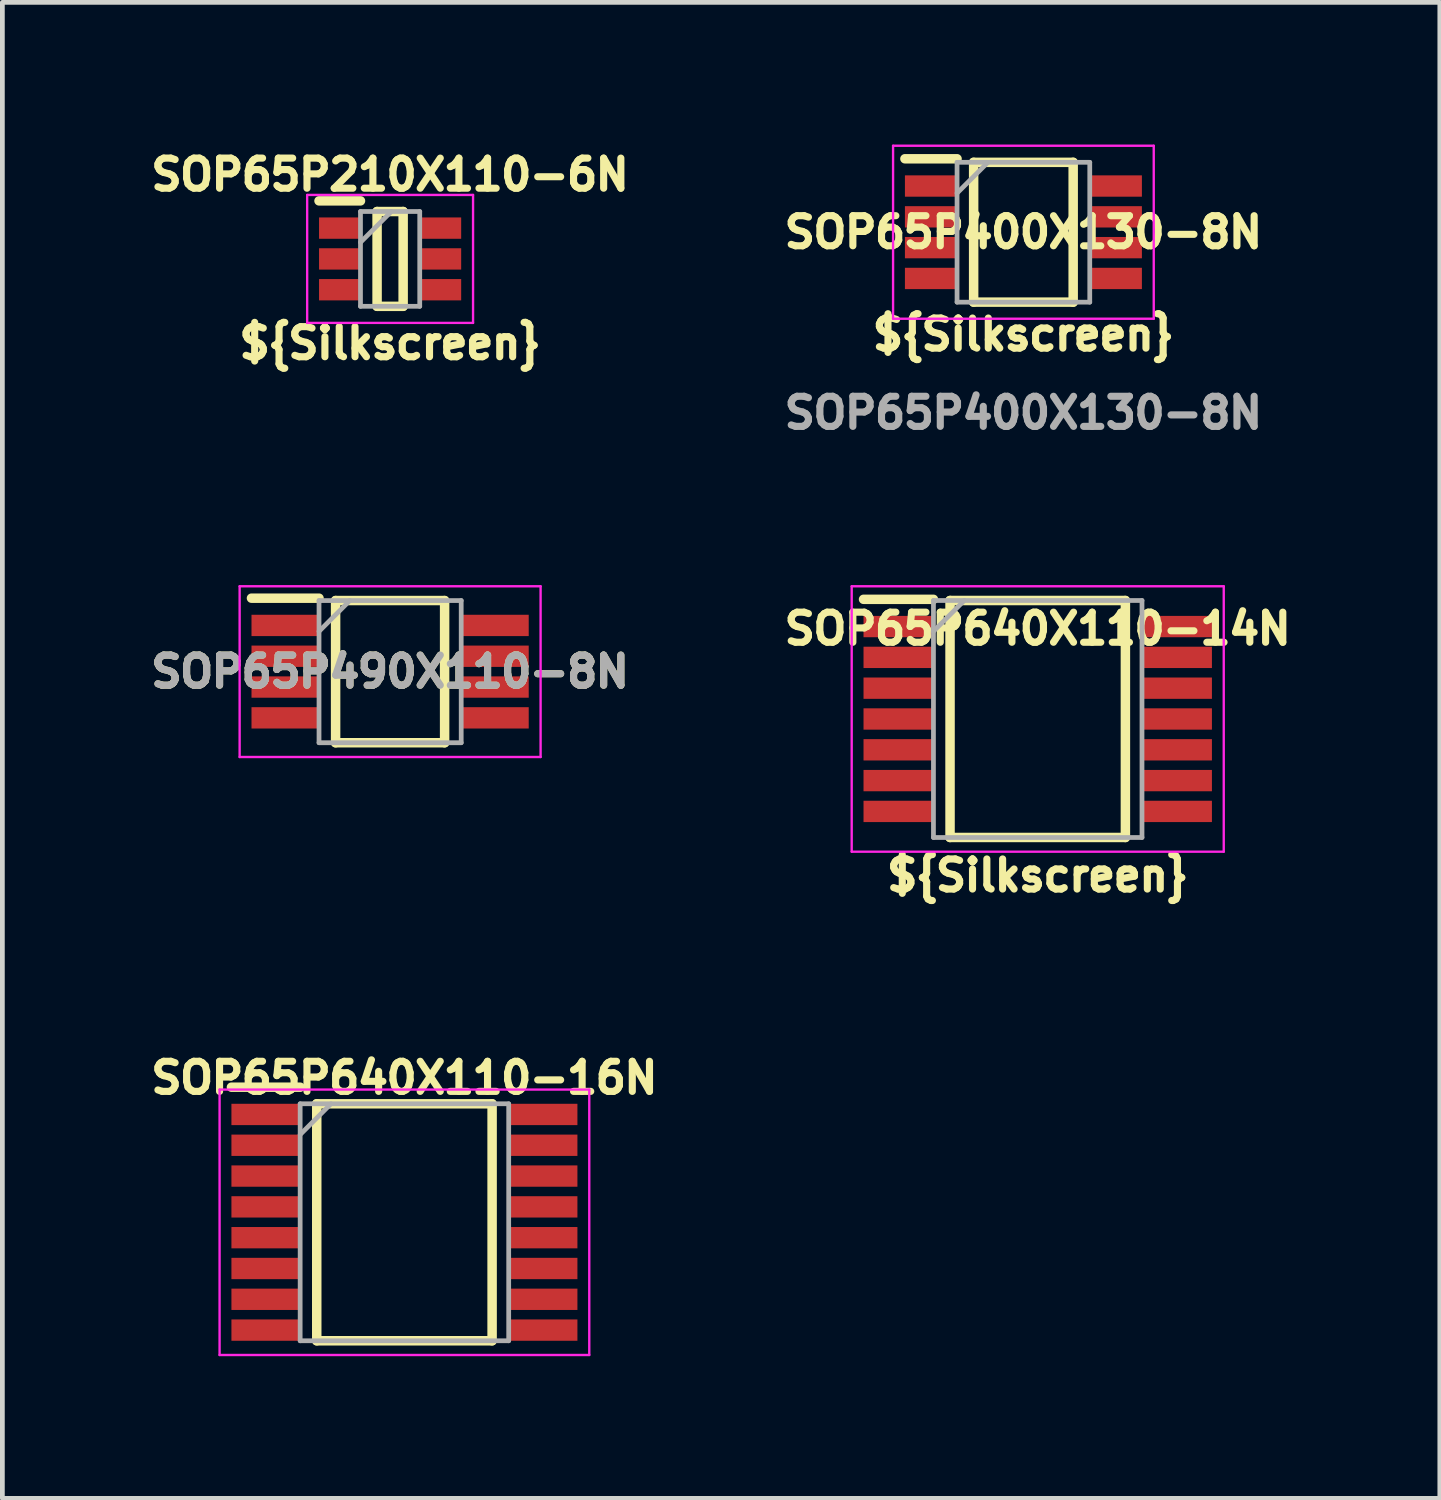
<source format=kicad_pcb>
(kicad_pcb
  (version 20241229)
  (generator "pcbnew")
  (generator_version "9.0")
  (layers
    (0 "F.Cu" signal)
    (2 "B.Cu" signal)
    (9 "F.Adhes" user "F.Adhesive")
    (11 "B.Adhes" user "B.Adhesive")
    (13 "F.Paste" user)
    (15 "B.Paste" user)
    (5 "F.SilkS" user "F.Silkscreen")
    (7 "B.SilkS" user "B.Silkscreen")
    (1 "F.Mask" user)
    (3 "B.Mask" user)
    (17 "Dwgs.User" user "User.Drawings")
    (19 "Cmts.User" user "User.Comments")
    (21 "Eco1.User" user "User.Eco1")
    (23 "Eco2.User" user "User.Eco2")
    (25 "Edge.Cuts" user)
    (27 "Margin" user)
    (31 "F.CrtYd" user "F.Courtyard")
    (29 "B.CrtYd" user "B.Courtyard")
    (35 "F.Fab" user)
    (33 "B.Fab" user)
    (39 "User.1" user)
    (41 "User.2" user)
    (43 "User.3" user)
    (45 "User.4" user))
  (footprint "SOP65P400X130-8N"
    (layer "F.Cu")
    (at 18.543 1.85)
    (property "Reference" "SOP65P400X130-8N" (at 0 0 0) (layer "F.SilkS") (effects (font (size 0.635 0.635) (thickness 0.15) (bold yes))))
    (property "Silkscreen" "${Silkscreen}" (at 0 2.159 0) (unlocked yes) (layer "F.SilkS") (effects (font (size 0.635 0.635) (thickness 0.15))))
    (attr smd)
    (fp_line (start -2.5 -1.55) (end -1.4 -1.55) (stroke (width 0.2) (type solid)) (layer "F.SilkS"))
    (fp_line (start -1.05 -1.475) (end 1.05 -1.475) (stroke (width 0.2) (type solid)) (layer "F.SilkS"))
    (fp_line (start -1.05 1.475) (end -1.05 -1.475) (stroke (width 0.2) (type solid)) (layer "F.SilkS"))
    (fp_line (start 1.05 -1.475) (end 1.05 1.475) (stroke (width 0.2) (type solid)) (layer "F.SilkS"))
    (fp_line (start 1.05 1.475) (end -1.05 1.475) (stroke (width 0.2) (type solid)) (layer "F.SilkS"))
    (fp_line (start -2.75 -1.825) (end 2.75 -1.825) (stroke (width 0.05) (type solid)) (layer "F.CrtYd"))
    (fp_line (start -2.75 1.825) (end -2.75 -1.825) (stroke (width 0.05) (type solid)) (layer "F.CrtYd"))
    (fp_line (start 2.75 -1.825) (end 2.75 1.825) (stroke (width 0.05) (type solid)) (layer "F.CrtYd"))
    (fp_line (start 2.75 1.825) (end -2.75 1.825) (stroke (width 0.05) (type solid)) (layer "F.CrtYd"))
    (fp_line (start -1.4 -1.475) (end 1.4 -1.475) (stroke (width 0.1) (type solid)) (layer "F.Fab"))
    (fp_line (start -1.4 -0.825) (end -0.75 -1.475) (stroke (width 0.1) (type solid)) (layer "F.Fab"))
    (fp_line (start -1.4 1.475) (end -1.4 -1.475) (stroke (width 0.1) (type solid)) (layer "F.Fab"))
    (fp_line (start 1.4 -1.475) (end 1.4 1.475) (stroke (width 0.1) (type solid)) (layer "F.Fab"))
    (fp_line (start 1.4 1.475) (end -1.4 1.475) (stroke (width 0.1) (type solid)) (layer "F.Fab"))
    (fp_text user "${REFERENCE}" (at 0 3.81 0) (layer "F.Fab") (effects (font (size 0.635 0.635) (thickness 0.15) (bold yes))))
    (pad "1" smd rect (at -1.95 -0.975 90) (size 0.45 1.1) (layers "F.Cu" "F.Mask" "F.Paste"))
    (pad "2" smd rect (at -1.95 -0.325 90) (size 0.45 1.1) (layers "F.Cu" "F.Mask" "F.Paste"))
    (pad "3" smd rect (at -1.95 0.325 90) (size 0.45 1.1) (layers "F.Cu" "F.Mask" "F.Paste"))
    (pad "4" smd rect (at -1.95 0.975 90) (size 0.45 1.1) (layers "F.Cu" "F.Mask" "F.Paste"))
    (pad "5" smd rect (at 1.95 0.975 90) (size 0.45 1.1) (layers "F.Cu" "F.Mask" "F.Paste"))
    (pad "6" smd rect (at 1.95 0.325 90) (size 0.45 1.1) (layers "F.Cu" "F.Mask" "F.Paste"))
    (pad "7" smd rect (at 1.95 -0.325 90) (size 0.45 1.1) (layers "F.Cu" "F.Mask" "F.Paste"))
    (pad "8" smd rect (at 1.95 -0.975 90) (size 0.45 1.1) (layers "F.Cu" "F.Mask" "F.Paste")))
  (footprint "SOP65P640X110-14N"
    (layer "F.Cu")
    (at 18.845 12.12)
    (property "Reference" "SOP65P640X110-14N" (at 0 -1.905 0) (layer "F.SilkS") (effects (font (size 0.635 0.635) (thickness 0.15))))
    (attr smd)
    (fp_line (start -3.675 -2.525) (end -2.2 -2.525) (stroke (width 0.2) (type solid)) (layer "F.SilkS"))
    (fp_line (start -1.85 -2.5) (end 1.85 -2.5) (stroke (width 0.2) (type solid)) (layer "F.SilkS"))
    (fp_line (start -1.85 2.5) (end -1.85 -2.5) (stroke (width 0.2) (type solid)) (layer "F.SilkS"))
    (fp_line (start 1.85 -2.5) (end 1.85 2.5) (stroke (width 0.2) (type solid)) (layer "F.SilkS"))
    (fp_line (start 1.85 2.5) (end -1.85 2.5) (stroke (width 0.2) (type solid)) (layer "F.SilkS"))
    (fp_line (start -3.925 -2.8) (end 3.925 -2.8) (stroke (width 0.05) (type solid)) (layer "F.CrtYd"))
    (fp_line (start -3.925 2.8) (end -3.925 -2.8) (stroke (width 0.05) (type solid)) (layer "F.CrtYd"))
    (fp_line (start 3.925 -2.8) (end 3.925 2.8) (stroke (width 0.05) (type solid)) (layer "F.CrtYd"))
    (fp_line (start 3.925 2.8) (end -3.925 2.8) (stroke (width 0.05) (type solid)) (layer "F.CrtYd"))
    (fp_line (start -2.2 -2.5) (end 2.2 -2.5) (stroke (width 0.1) (type solid)) (layer "F.Fab"))
    (fp_line (start -2.2 -1.85) (end -1.55 -2.5) (stroke (width 0.1) (type solid)) (layer "F.Fab"))
    (fp_line (start -2.2 2.5) (end -2.2 -2.5) (stroke (width 0.1) (type solid)) (layer "F.Fab"))
    (fp_line (start 2.2 -2.5) (end 2.2 2.5) (stroke (width 0.1) (type solid)) (layer "F.Fab"))
    (fp_line (start 2.2 2.5) (end -2.2 2.5) (stroke (width 0.1) (type solid)) (layer "F.Fab"))
    (fp_text user "${Silkscreen}" (at 0 3.302 0) (layer "F.SilkS") (effects (font (size 0.635 0.635) (thickness 0.15))))
    (pad "1" smd rect (at -2.938 -1.95 90) (size 0.45 1.475) (layers "F.Cu" "F.Mask" "F.Paste"))
    (pad "2" smd rect (at -2.938 -1.3 90) (size 0.45 1.475) (layers "F.Cu" "F.Mask" "F.Paste"))
    (pad "3" smd rect (at -2.938 -0.65 90) (size 0.45 1.475) (layers "F.Cu" "F.Mask" "F.Paste"))
    (pad "4" smd rect (at -2.938 0 90) (size 0.45 1.475) (layers "F.Cu" "F.Mask" "F.Paste"))
    (pad "5" smd rect (at -2.938 0.65 90) (size 0.45 1.475) (layers "F.Cu" "F.Mask" "F.Paste"))
    (pad "6" smd rect (at -2.938 1.3 90) (size 0.45 1.475) (layers "F.Cu" "F.Mask" "F.Paste"))
    (pad "7" smd rect (at -2.938 1.95 90) (size 0.45 1.475) (layers "F.Cu" "F.Mask" "F.Paste"))
    (pad "8" smd rect (at 2.938 1.95 90) (size 0.45 1.475) (layers "F.Cu" "F.Mask" "F.Paste"))
    (pad "9" smd rect (at 2.938 1.3 90) (size 0.45 1.475) (layers "F.Cu" "F.Mask" "F.Paste"))
    (pad "10" smd rect (at 2.938 0.65 90) (size 0.45 1.475) (layers "F.Cu" "F.Mask" "F.Paste"))
    (pad "11" smd rect (at 2.938 0 90) (size 0.45 1.475) (layers "F.Cu" "F.Mask" "F.Paste"))
    (pad "12" smd rect (at 2.938 -0.65 90) (size 0.45 1.475) (layers "F.Cu" "F.Mask" "F.Paste"))
    (pad "13" smd rect (at 2.938 -1.3 90) (size 0.45 1.475) (layers "F.Cu" "F.Mask" "F.Paste"))
    (pad "14" smd rect (at 2.938 -1.95 90) (size 0.45 1.475) (layers "F.Cu" "F.Mask" "F.Paste")))
  (footprint "SOP65P640X110-16N"
    (layer "F.Cu")
    (at 5.483 22.739)
    (property "Reference" "SOP65P640X110-16N" (at 0 -3.048 0) (layer "F.SilkS") (effects (font (size 0.635 0.635) (thickness 0.15))))
    (attr smd)
    (fp_line (start -3.65 -2.85) (end -2.2 -2.85) (stroke (width 0.2) (type solid)) (layer "F.SilkS"))
    (fp_line (start -1.85 -2.5) (end 1.85 -2.5) (stroke (width 0.2) (type solid)) (layer "F.SilkS"))
    (fp_line (start -1.85 2.5) (end -1.85 -2.5) (stroke (width 0.2) (type solid)) (layer "F.SilkS"))
    (fp_line (start 1.85 -2.5) (end 1.85 2.5) (stroke (width 0.2) (type solid)) (layer "F.SilkS"))
    (fp_line (start 1.85 2.5) (end -1.85 2.5) (stroke (width 0.2) (type solid)) (layer "F.SilkS"))
    (fp_line (start -3.9 -2.8) (end 3.9 -2.8) (stroke (width 0.05) (type solid)) (layer "F.CrtYd"))
    (fp_line (start -3.9 2.8) (end -3.9 -2.8) (stroke (width 0.05) (type solid)) (layer "F.CrtYd"))
    (fp_line (start 3.9 -2.8) (end 3.9 2.8) (stroke (width 0.05) (type solid)) (layer "F.CrtYd"))
    (fp_line (start 3.9 2.8) (end -3.9 2.8) (stroke (width 0.05) (type solid)) (layer "F.CrtYd"))
    (fp_line (start -2.2 -2.5) (end 2.2 -2.5) (stroke (width 0.1) (type solid)) (layer "F.Fab"))
    (fp_line (start -2.2 -1.85) (end -1.55 -2.5) (stroke (width 0.1) (type solid)) (layer "F.Fab"))
    (fp_line (start -2.2 2.5) (end -2.2 -2.5) (stroke (width 0.1) (type solid)) (layer "F.Fab"))
    (fp_line (start 2.2 -2.5) (end 2.2 2.5) (stroke (width 0.1) (type solid)) (layer "F.Fab"))
    (fp_line (start 2.2 2.5) (end -2.2 2.5) (stroke (width 0.1) (type solid)) (layer "F.Fab"))
    (pad "1" smd rect (at -2.925 -2.275 90) (size 0.45 1.45) (layers "F.Cu" "F.Mask" "F.Paste"))
    (pad "2" smd rect (at -2.925 -1.625 90) (size 0.45 1.45) (layers "F.Cu" "F.Mask" "F.Paste"))
    (pad "3" smd rect (at -2.925 -0.975 90) (size 0.45 1.45) (layers "F.Cu" "F.Mask" "F.Paste"))
    (pad "4" smd rect (at -2.925 -0.325 90) (size 0.45 1.45) (layers "F.Cu" "F.Mask" "F.Paste"))
    (pad "5" smd rect (at -2.925 0.325 90) (size 0.45 1.45) (layers "F.Cu" "F.Mask" "F.Paste"))
    (pad "6" smd rect (at -2.925 0.975 90) (size 0.45 1.45) (layers "F.Cu" "F.Mask" "F.Paste"))
    (pad "7" smd rect (at -2.925 1.625 90) (size 0.45 1.45) (layers "F.Cu" "F.Mask" "F.Paste"))
    (pad "8" smd rect (at -2.925 2.275 90) (size 0.45 1.45) (layers "F.Cu" "F.Mask" "F.Paste"))
    (pad "9" smd rect (at 2.925 2.275 90) (size 0.45 1.45) (layers "F.Cu" "F.Mask" "F.Paste"))
    (pad "10" smd rect (at 2.925 1.625 90) (size 0.45 1.45) (layers "F.Cu" "F.Mask" "F.Paste"))
    (pad "11" smd rect (at 2.925 0.975 90) (size 0.45 1.45) (layers "F.Cu" "F.Mask" "F.Paste"))
    (pad "12" smd rect (at 2.925 0.325 90) (size 0.45 1.45) (layers "F.Cu" "F.Mask" "F.Paste"))
    (pad "13" smd rect (at 2.925 -0.325 90) (size 0.45 1.45) (layers "F.Cu" "F.Mask" "F.Paste"))
    (pad "14" smd rect (at 2.925 -0.975 90) (size 0.45 1.45) (layers "F.Cu" "F.Mask" "F.Paste"))
    (pad "15" smd rect (at 2.925 -1.625 90) (size 0.45 1.45) (layers "F.Cu" "F.Mask" "F.Paste"))
    (pad "16" smd rect (at 2.925 -2.275 90) (size 0.45 1.45) (layers "F.Cu" "F.Mask" "F.Paste")))
  (footprint "SOP65P490X110-8N"
    (layer "F.Cu")
    (at 5.181 11.121)
    (property "Reference" "SOP65P490X110-8N" (at 0 0 0) (layer "F.SilkS") (effects (font (size 0.635 0.635) (thickness 0.15))))
    (attr smd)
    (fp_line (start -2.925 -1.55) (end -1.5 -1.55) (stroke (width 0.2) (type solid)) (layer "F.SilkS"))
    (fp_line (start -1.15 -1.5) (end 1.15 -1.5) (stroke (width 0.2) (type solid)) (layer "F.SilkS"))
    (fp_line (start -1.15 1.5) (end -1.15 -1.5) (stroke (width 0.2) (type solid)) (layer "F.SilkS"))
    (fp_line (start 1.15 -1.5) (end 1.15 1.5) (stroke (width 0.2) (type solid)) (layer "F.SilkS"))
    (fp_line (start 1.15 1.5) (end -1.15 1.5) (stroke (width 0.2) (type solid)) (layer "F.SilkS"))
    (fp_line (start -3.175 -1.801) (end 3.175 -1.801) (stroke (width 0.05) (type solid)) (layer "F.CrtYd"))
    (fp_line (start -3.175 1.801) (end -3.175 -1.801) (stroke (width 0.05) (type solid)) (layer "F.CrtYd"))
    (fp_line (start 3.175 -1.801) (end 3.175 1.801) (stroke (width 0.05) (type solid)) (layer "F.CrtYd"))
    (fp_line (start 3.175 1.801) (end -3.175 1.801) (stroke (width 0.05) (type solid)) (layer "F.CrtYd"))
    (fp_line (start -1.5 -1.5) (end 1.5 -1.5) (stroke (width 0.1) (type solid)) (layer "F.Fab"))
    (fp_line (start -1.5 -0.85) (end -0.85 -1.5) (stroke (width 0.1) (type solid)) (layer "F.Fab"))
    (fp_line (start -1.5 1.5) (end -1.5 -1.5) (stroke (width 0.1) (type solid)) (layer "F.Fab"))
    (fp_line (start 1.5 -1.5) (end 1.5 1.5) (stroke (width 0.1) (type solid)) (layer "F.Fab"))
    (fp_line (start 1.5 1.5) (end -1.5 1.5) (stroke (width 0.1) (type solid)) (layer "F.Fab"))
    (fp_text user "${REFERENCE}" (at 0 0 0) (layer "F.Fab") (effects (font (size 0.635 0.635) (thickness 0.15))))
    (pad "1" smd rect (at -2.212 -0.975 90) (size 0.45 1.425) (layers "F.Cu" "F.Mask" "F.Paste"))
    (pad "2" smd rect (at -2.212 -0.325 90) (size 0.45 1.425) (layers "F.Cu" "F.Mask" "F.Paste"))
    (pad "3" smd rect (at -2.212 0.325 90) (size 0.45 1.425) (layers "F.Cu" "F.Mask" "F.Paste"))
    (pad "4" smd rect (at -2.212 0.975 90) (size 0.45 1.425) (layers "F.Cu" "F.Mask" "F.Paste"))
    (pad "5" smd rect (at 2.212 0.975 90) (size 0.45 1.425) (layers "F.Cu" "F.Mask" "F.Paste"))
    (pad "6" smd rect (at 2.212 0.325 90) (size 0.45 1.425) (layers "F.Cu" "F.Mask" "F.Paste"))
    (pad "7" smd rect (at 2.212 -0.325 90) (size 0.45 1.425) (layers "F.Cu" "F.Mask" "F.Paste"))
    (pad "8" smd rect (at 2.212 -0.975 90) (size 0.45 1.425) (layers "F.Cu" "F.Mask" "F.Paste")))
  (footprint "SOP65P210X110-6N"
    (layer "F.Cu")
    (at 5.181 2.413)
    (property "Reference" "SOP65P210X110-6N" (at 0 -1.778 0) (layer "F.SilkS") (effects (font (size 0.635 0.635) (thickness 0.15))))
    (attr smd)
    (fp_line (start -1.5 -1.225) (end -0.625 -1.225) (stroke (width 0.2) (type solid)) (layer "F.SilkS"))
    (fp_line (start -0.275 -1) (end 0.275 -1) (stroke (width 0.2) (type solid)) (layer "F.SilkS"))
    (fp_line (start -0.275 1) (end -0.275 -1) (stroke (width 0.2) (type solid)) (layer "F.SilkS"))
    (fp_line (start 0.275 -1) (end 0.275 1) (stroke (width 0.2) (type solid)) (layer "F.SilkS"))
    (fp_line (start 0.275 1) (end -0.275 1) (stroke (width 0.2) (type solid)) (layer "F.SilkS"))
    (fp_line (start -1.75 -1.35) (end 1.75 -1.35) (stroke (width 0.05) (type solid)) (layer "F.CrtYd"))
    (fp_line (start -1.75 1.35) (end -1.75 -1.35) (stroke (width 0.05) (type solid)) (layer "F.CrtYd"))
    (fp_line (start 1.75 -1.35) (end 1.75 1.35) (stroke (width 0.05) (type solid)) (layer "F.CrtYd"))
    (fp_line (start 1.75 1.35) (end -1.75 1.35) (stroke (width 0.05) (type solid)) (layer "F.CrtYd"))
    (fp_line (start -0.625 -1) (end 0.625 -1) (stroke (width 0.1) (type solid)) (layer "F.Fab"))
    (fp_line (start -0.625 -0.35) (end 0.025 -1) (stroke (width 0.1) (type solid)) (layer "F.Fab"))
    (fp_line (start -0.625 1) (end -0.625 -1) (stroke (width 0.1) (type solid)) (layer "F.Fab"))
    (fp_line (start 0.625 -1) (end 0.625 1) (stroke (width 0.1) (type solid)) (layer "F.Fab"))
    (fp_line (start 0.625 1) (end -0.625 1) (stroke (width 0.1) (type solid)) (layer "F.Fab"))
    (fp_text user "${Silkscreen}" (at 0 1.778 0) (layer "F.SilkS") (effects (font (size 0.635 0.635) (thickness 0.15))))
    (pad "1" smd rect (at -1.062 -0.65 90) (size 0.45 0.875) (layers "F.Cu" "F.Mask" "F.Paste"))
    (pad "2" smd rect (at -1.062 0 90) (size 0.45 0.875) (layers "F.Cu" "F.Mask" "F.Paste"))
    (pad "3" smd rect (at -1.062 0.65 90) (size 0.45 0.875) (layers "F.Cu" "F.Mask" "F.Paste"))
    (pad "4" smd rect (at 1.062 0.65 90) (size 0.45 0.875) (layers "F.Cu" "F.Mask" "F.Paste"))
    (pad "5" smd rect (at 1.062 0 90) (size 0.45 0.875) (layers "F.Cu" "F.Mask" "F.Paste"))
    (pad "6" smd rect (at 1.062 -0.65 90) (size 0.45 0.875) (layers "F.Cu" "F.Mask" "F.Paste")))
  (gr_rect
    (start -3 -3)
    (end 27.329 28.564)
    (stroke (width 0.1) (type default))
    (fill no)
    (layer "Edge.Cuts")))
</source>
